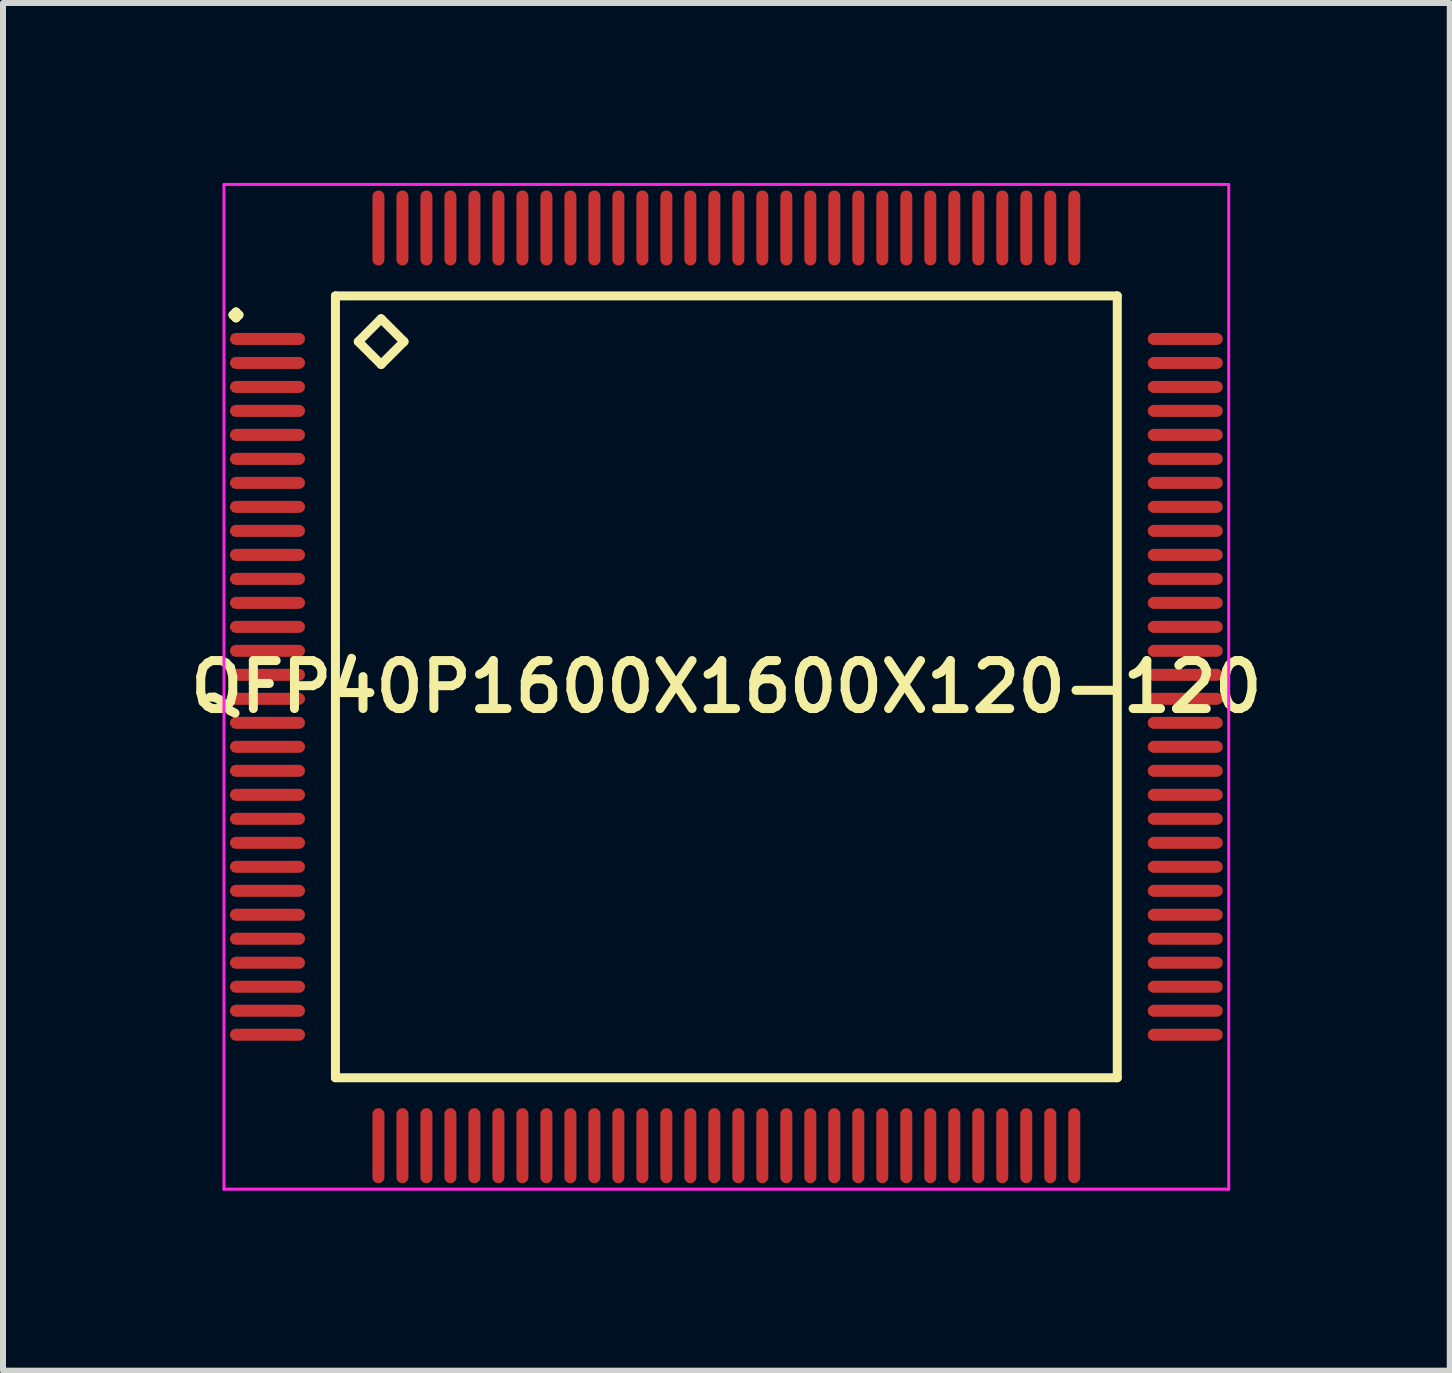
<source format=kicad_pcb>
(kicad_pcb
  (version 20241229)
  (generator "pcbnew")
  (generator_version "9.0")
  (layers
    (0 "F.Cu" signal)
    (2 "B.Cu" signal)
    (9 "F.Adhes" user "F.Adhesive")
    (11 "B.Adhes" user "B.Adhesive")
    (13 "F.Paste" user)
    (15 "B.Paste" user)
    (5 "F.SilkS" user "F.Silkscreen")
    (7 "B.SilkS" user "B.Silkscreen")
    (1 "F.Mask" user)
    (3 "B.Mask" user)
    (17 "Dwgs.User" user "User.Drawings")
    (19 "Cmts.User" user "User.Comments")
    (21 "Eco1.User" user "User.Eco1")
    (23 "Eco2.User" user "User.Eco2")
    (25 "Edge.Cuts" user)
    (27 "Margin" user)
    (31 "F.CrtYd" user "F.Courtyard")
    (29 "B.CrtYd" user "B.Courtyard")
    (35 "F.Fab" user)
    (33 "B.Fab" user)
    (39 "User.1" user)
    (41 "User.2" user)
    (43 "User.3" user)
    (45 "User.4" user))
  (footprint "QFP40P1600X1600X120-120"
    (layer "F.Cu")
    (at 9.059 8.4)
    (property "Reference" "QFP40P1600X1600X120-120" (at 0 0 0) (layer "F.SilkS") (effects (font (size 0.8 0.8) (thickness 0.15))))
    (attr smd)
    (fp_line (start -8.225 -6.2) (end -8.175 -6.25) (stroke (width 0.15) (type solid)) (layer "F.SilkS"))
    (fp_line (start -8.175 -6.25) (end -8.125 -6.2) (stroke (width 0.15) (type solid)) (layer "F.SilkS"))
    (fp_line (start -8.175 -6.15) (end -8.225 -6.2) (stroke (width 0.15) (type solid)) (layer "F.SilkS"))
    (fp_line (start -8.125 -6.2) (end -8.175 -6.15) (stroke (width 0.15) (type solid)) (layer "F.SilkS"))
    (fp_line (start -6.517 -6.517) (end -6.517 6.517) (stroke (width 0.15) (type solid)) (layer "F.SilkS"))
    (fp_line (start -6.517 6.517) (end 6.517 6.517) (stroke (width 0.15) (type solid)) (layer "F.SilkS"))
    (fp_line (start -6.136 -5.755) (end -5.755 -6.136) (stroke (width 0.15) (type solid)) (layer "F.SilkS"))
    (fp_line (start -5.755 -6.136) (end -5.374 -5.755) (stroke (width 0.15) (type solid)) (layer "F.SilkS"))
    (fp_line (start -5.755 -5.374) (end -6.136 -5.755) (stroke (width 0.15) (type solid)) (layer "F.SilkS"))
    (fp_line (start -5.374 -5.755) (end -5.755 -5.374) (stroke (width 0.15) (type solid)) (layer "F.SilkS"))
    (fp_line (start 6.517 -6.517) (end -6.517 -6.517) (stroke (width 0.15) (type solid)) (layer "F.SilkS"))
    (fp_line (start 6.517 6.517) (end 6.517 -6.517) (stroke (width 0.15) (type solid)) (layer "F.SilkS"))
    (fp_line (start -8.375 -8.375) (end 8.375 -8.375) (stroke (width 0.05) (type solid)) (layer "F.CrtYd"))
    (fp_line (start -8.375 8.375) (end -8.375 -8.375) (stroke (width 0.05) (type solid)) (layer "F.CrtYd"))
    (fp_line (start 8.375 -8.375) (end 8.375 8.375) (stroke (width 0.05) (type solid)) (layer "F.CrtYd"))
    (fp_line (start 8.375 8.375) (end -8.375 8.375) (stroke (width 0.05) (type solid)) (layer "F.CrtYd"))
    (pad "1" smd oval (at -7.65 -5.8) (size 1.25 0.2) (layers "F.Cu" "F.Mask" "F.Paste"))
    (pad "2" smd oval (at -7.65 -5.4) (size 1.25 0.2) (layers "F.Cu" "F.Mask" "F.Paste"))
    (pad "3" smd oval (at -7.65 -5) (size 1.25 0.2) (layers "F.Cu" "F.Mask" "F.Paste"))
    (pad "4" smd oval (at -7.65 -4.6) (size 1.25 0.2) (layers "F.Cu" "F.Mask" "F.Paste"))
    (pad "5" smd oval (at -7.65 -4.2) (size 1.25 0.2) (layers "F.Cu" "F.Mask" "F.Paste"))
    (pad "6" smd oval (at -7.65 -3.8) (size 1.25 0.2) (layers "F.Cu" "F.Mask" "F.Paste"))
    (pad "7" smd oval (at -7.65 -3.4) (size 1.25 0.2) (layers "F.Cu" "F.Mask" "F.Paste"))
    (pad "8" smd oval (at -7.65 -3) (size 1.25 0.2) (layers "F.Cu" "F.Mask" "F.Paste"))
    (pad "9" smd oval (at -7.65 -2.6) (size 1.25 0.2) (layers "F.Cu" "F.Mask" "F.Paste"))
    (pad "10" smd oval (at -7.65 -2.2) (size 1.25 0.2) (layers "F.Cu" "F.Mask" "F.Paste"))
    (pad "11" smd oval (at -7.65 -1.8) (size 1.25 0.2) (layers "F.Cu" "F.Mask" "F.Paste"))
    (pad "12" smd oval (at -7.65 -1.4) (size 1.25 0.2) (layers "F.Cu" "F.Mask" "F.Paste"))
    (pad "13" smd oval (at -7.65 -1) (size 1.25 0.2) (layers "F.Cu" "F.Mask" "F.Paste"))
    (pad "14" smd oval (at -7.65 -0.6) (size 1.25 0.2) (layers "F.Cu" "F.Mask" "F.Paste"))
    (pad "15" smd oval (at -7.65 -0.2) (size 1.25 0.2) (layers "F.Cu" "F.Mask" "F.Paste"))
    (pad "16" smd oval (at -7.65 0.2) (size 1.25 0.2) (layers "F.Cu" "F.Mask" "F.Paste"))
    (pad "17" smd oval (at -7.65 0.6) (size 1.25 0.2) (layers "F.Cu" "F.Mask" "F.Paste"))
    (pad "18" smd oval (at -7.65 1) (size 1.25 0.2) (layers "F.Cu" "F.Mask" "F.Paste"))
    (pad "19" smd oval (at -7.65 1.4) (size 1.25 0.2) (layers "F.Cu" "F.Mask" "F.Paste"))
    (pad "20" smd oval (at -7.65 1.8) (size 1.25 0.2) (layers "F.Cu" "F.Mask" "F.Paste"))
    (pad "21" smd oval (at -7.65 2.2) (size 1.25 0.2) (layers "F.Cu" "F.Mask" "F.Paste"))
    (pad "22" smd oval (at -7.65 2.6) (size 1.25 0.2) (layers "F.Cu" "F.Mask" "F.Paste"))
    (pad "23" smd oval (at -7.65 3) (size 1.25 0.2) (layers "F.Cu" "F.Mask" "F.Paste"))
    (pad "24" smd oval (at -7.65 3.4) (size 1.25 0.2) (layers "F.Cu" "F.Mask" "F.Paste"))
    (pad "25" smd oval (at -7.65 3.8) (size 1.25 0.2) (layers "F.Cu" "F.Mask" "F.Paste"))
    (pad "26" smd oval (at -7.65 4.2) (size 1.25 0.2) (layers "F.Cu" "F.Mask" "F.Paste"))
    (pad "27" smd oval (at -7.65 4.6) (size 1.25 0.2) (layers "F.Cu" "F.Mask" "F.Paste"))
    (pad "28" smd oval (at -7.65 5) (size 1.25 0.2) (layers "F.Cu" "F.Mask" "F.Paste"))
    (pad "29" smd oval (at -7.65 5.4) (size 1.25 0.2) (layers "F.Cu" "F.Mask" "F.Paste"))
    (pad "30" smd oval (at -7.65 5.8) (size 1.25 0.2) (layers "F.Cu" "F.Mask" "F.Paste"))
    (pad "31" smd oval (at -5.8 7.65) (size 0.2 1.25) (layers "F.Cu" "F.Mask" "F.Paste"))
    (pad "32" smd oval (at -5.4 7.65) (size 0.2 1.25) (layers "F.Cu" "F.Mask" "F.Paste"))
    (pad "33" smd oval (at -5 7.65) (size 0.2 1.25) (layers "F.Cu" "F.Mask" "F.Paste"))
    (pad "34" smd oval (at -4.6 7.65) (size 0.2 1.25) (layers "F.Cu" "F.Mask" "F.Paste"))
    (pad "35" smd oval (at -4.2 7.65) (size 0.2 1.25) (layers "F.Cu" "F.Mask" "F.Paste"))
    (pad "36" smd oval (at -3.8 7.65) (size 0.2 1.25) (layers "F.Cu" "F.Mask" "F.Paste"))
    (pad "37" smd oval (at -3.4 7.65) (size 0.2 1.25) (layers "F.Cu" "F.Mask" "F.Paste"))
    (pad "38" smd oval (at -3 7.65) (size 0.2 1.25) (layers "F.Cu" "F.Mask" "F.Paste"))
    (pad "39" smd oval (at -2.6 7.65) (size 0.2 1.25) (layers "F.Cu" "F.Mask" "F.Paste"))
    (pad "40" smd oval (at -2.2 7.65) (size 0.2 1.25) (layers "F.Cu" "F.Mask" "F.Paste"))
    (pad "41" smd oval (at -1.8 7.65) (size 0.2 1.25) (layers "F.Cu" "F.Mask" "F.Paste"))
    (pad "42" smd oval (at -1.4 7.65) (size 0.2 1.25) (layers "F.Cu" "F.Mask" "F.Paste"))
    (pad "43" smd oval (at -1 7.65) (size 0.2 1.25) (layers "F.Cu" "F.Mask" "F.Paste"))
    (pad "44" smd oval (at -0.6 7.65) (size 0.2 1.25) (layers "F.Cu" "F.Mask" "F.Paste"))
    (pad "45" smd oval (at -0.2 7.65) (size 0.2 1.25) (layers "F.Cu" "F.Mask" "F.Paste"))
    (pad "46" smd oval (at 0.2 7.65) (size 0.2 1.25) (layers "F.Cu" "F.Mask" "F.Paste"))
    (pad "47" smd oval (at 0.6 7.65) (size 0.2 1.25) (layers "F.Cu" "F.Mask" "F.Paste"))
    (pad "48" smd oval (at 1 7.65) (size 0.2 1.25) (layers "F.Cu" "F.Mask" "F.Paste"))
    (pad "49" smd oval (at 1.4 7.65) (size 0.2 1.25) (layers "F.Cu" "F.Mask" "F.Paste"))
    (pad "50" smd oval (at 1.8 7.65) (size 0.2 1.25) (layers "F.Cu" "F.Mask" "F.Paste"))
    (pad "51" smd oval (at 2.2 7.65) (size 0.2 1.25) (layers "F.Cu" "F.Mask" "F.Paste"))
    (pad "52" smd oval (at 2.6 7.65) (size 0.2 1.25) (layers "F.Cu" "F.Mask" "F.Paste"))
    (pad "53" smd oval (at 3 7.65) (size 0.2 1.25) (layers "F.Cu" "F.Mask" "F.Paste"))
    (pad "54" smd oval (at 3.4 7.65) (size 0.2 1.25) (layers "F.Cu" "F.Mask" "F.Paste"))
    (pad "55" smd oval (at 3.8 7.65) (size 0.2 1.25) (layers "F.Cu" "F.Mask" "F.Paste"))
    (pad "56" smd oval (at 4.2 7.65) (size 0.2 1.25) (layers "F.Cu" "F.Mask" "F.Paste"))
    (pad "57" smd oval (at 4.6 7.65) (size 0.2 1.25) (layers "F.Cu" "F.Mask" "F.Paste"))
    (pad "58" smd oval (at 5 7.65) (size 0.2 1.25) (layers "F.Cu" "F.Mask" "F.Paste"))
    (pad "59" smd oval (at 5.4 7.65) (size 0.2 1.25) (layers "F.Cu" "F.Mask" "F.Paste"))
    (pad "60" smd oval (at 5.8 7.65) (size 0.2 1.25) (layers "F.Cu" "F.Mask" "F.Paste"))
    (pad "61" smd oval (at 7.65 5.8) (size 1.25 0.2) (layers "F.Cu" "F.Mask" "F.Paste"))
    (pad "62" smd oval (at 7.65 5.4) (size 1.25 0.2) (layers "F.Cu" "F.Mask" "F.Paste"))
    (pad "63" smd oval (at 7.65 5) (size 1.25 0.2) (layers "F.Cu" "F.Mask" "F.Paste"))
    (pad "64" smd oval (at 7.65 4.6) (size 1.25 0.2) (layers "F.Cu" "F.Mask" "F.Paste"))
    (pad "65" smd oval (at 7.65 4.2) (size 1.25 0.2) (layers "F.Cu" "F.Mask" "F.Paste"))
    (pad "66" smd oval (at 7.65 3.8) (size 1.25 0.2) (layers "F.Cu" "F.Mask" "F.Paste"))
    (pad "67" smd oval (at 7.65 3.4) (size 1.25 0.2) (layers "F.Cu" "F.Mask" "F.Paste"))
    (pad "68" smd oval (at 7.65 3) (size 1.25 0.2) (layers "F.Cu" "F.Mask" "F.Paste"))
    (pad "69" smd oval (at 7.65 2.6) (size 1.25 0.2) (layers "F.Cu" "F.Mask" "F.Paste"))
    (pad "70" smd oval (at 7.65 2.2) (size 1.25 0.2) (layers "F.Cu" "F.Mask" "F.Paste"))
    (pad "71" smd oval (at 7.65 1.8) (size 1.25 0.2) (layers "F.Cu" "F.Mask" "F.Paste"))
    (pad "72" smd oval (at 7.65 1.4) (size 1.25 0.2) (layers "F.Cu" "F.Mask" "F.Paste"))
    (pad "73" smd oval (at 7.65 1) (size 1.25 0.2) (layers "F.Cu" "F.Mask" "F.Paste"))
    (pad "74" smd oval (at 7.65 0.6) (size 1.25 0.2) (layers "F.Cu" "F.Mask" "F.Paste"))
    (pad "75" smd oval (at 7.65 0.2) (size 1.25 0.2) (layers "F.Cu" "F.Mask" "F.Paste"))
    (pad "76" smd oval (at 7.65 -0.2) (size 1.25 0.2) (layers "F.Cu" "F.Mask" "F.Paste"))
    (pad "77" smd oval (at 7.65 -0.6) (size 1.25 0.2) (layers "F.Cu" "F.Mask" "F.Paste"))
    (pad "78" smd oval (at 7.65 -1) (size 1.25 0.2) (layers "F.Cu" "F.Mask" "F.Paste"))
    (pad "79" smd oval (at 7.65 -1.4) (size 1.25 0.2) (layers "F.Cu" "F.Mask" "F.Paste"))
    (pad "80" smd oval (at 7.65 -1.8) (size 1.25 0.2) (layers "F.Cu" "F.Mask" "F.Paste"))
    (pad "81" smd oval (at 7.65 -2.2) (size 1.25 0.2) (layers "F.Cu" "F.Mask" "F.Paste"))
    (pad "82" smd oval (at 7.65 -2.6) (size 1.25 0.2) (layers "F.Cu" "F.Mask" "F.Paste"))
    (pad "83" smd oval (at 7.65 -3) (size 1.25 0.2) (layers "F.Cu" "F.Mask" "F.Paste"))
    (pad "84" smd oval (at 7.65 -3.4) (size 1.25 0.2) (layers "F.Cu" "F.Mask" "F.Paste"))
    (pad "85" smd oval (at 7.65 -3.8) (size 1.25 0.2) (layers "F.Cu" "F.Mask" "F.Paste"))
    (pad "86" smd oval (at 7.65 -4.2) (size 1.25 0.2) (layers "F.Cu" "F.Mask" "F.Paste"))
    (pad "87" smd oval (at 7.65 -4.6) (size 1.25 0.2) (layers "F.Cu" "F.Mask" "F.Paste"))
    (pad "88" smd oval (at 7.65 -5) (size 1.25 0.2) (layers "F.Cu" "F.Mask" "F.Paste"))
    (pad "89" smd oval (at 7.65 -5.4) (size 1.25 0.2) (layers "F.Cu" "F.Mask" "F.Paste"))
    (pad "90" smd oval (at 7.65 -5.8) (size 1.25 0.2) (layers "F.Cu" "F.Mask" "F.Paste"))
    (pad "91" smd oval (at 5.8 -7.65) (size 0.2 1.25) (layers "F.Cu" "F.Mask" "F.Paste"))
    (pad "92" smd oval (at 5.4 -7.65) (size 0.2 1.25) (layers "F.Cu" "F.Mask" "F.Paste"))
    (pad "93" smd oval (at 5 -7.65) (size 0.2 1.25) (layers "F.Cu" "F.Mask" "F.Paste"))
    (pad "94" smd oval (at 4.6 -7.65) (size 0.2 1.25) (layers "F.Cu" "F.Mask" "F.Paste"))
    (pad "95" smd oval (at 4.2 -7.65) (size 0.2 1.25) (layers "F.Cu" "F.Mask" "F.Paste"))
    (pad "96" smd oval (at 3.8 -7.65) (size 0.2 1.25) (layers "F.Cu" "F.Mask" "F.Paste"))
    (pad "97" smd oval (at 3.4 -7.65) (size 0.2 1.25) (layers "F.Cu" "F.Mask" "F.Paste"))
    (pad "98" smd oval (at 3 -7.65) (size 0.2 1.25) (layers "F.Cu" "F.Mask" "F.Paste"))
    (pad "99" smd oval (at 2.6 -7.65) (size 0.2 1.25) (layers "F.Cu" "F.Mask" "F.Paste"))
    (pad "100" smd oval (at 2.2 -7.65) (size 0.2 1.25) (layers "F.Cu" "F.Mask" "F.Paste"))
    (pad "101" smd oval (at 1.8 -7.65) (size 0.2 1.25) (layers "F.Cu" "F.Mask" "F.Paste"))
    (pad "102" smd oval (at 1.4 -7.65) (size 0.2 1.25) (layers "F.Cu" "F.Mask" "F.Paste"))
    (pad "103" smd oval (at 1 -7.65) (size 0.2 1.25) (layers "F.Cu" "F.Mask" "F.Paste"))
    (pad "104" smd oval (at 0.6 -7.65) (size 0.2 1.25) (layers "F.Cu" "F.Mask" "F.Paste"))
    (pad "105" smd oval (at 0.2 -7.65) (size 0.2 1.25) (layers "F.Cu" "F.Mask" "F.Paste"))
    (pad "106" smd oval (at -0.2 -7.65) (size 0.2 1.25) (layers "F.Cu" "F.Mask" "F.Paste"))
    (pad "107" smd oval (at -0.6 -7.65) (size 0.2 1.25) (layers "F.Cu" "F.Mask" "F.Paste"))
    (pad "108" smd oval (at -1 -7.65) (size 0.2 1.25) (layers "F.Cu" "F.Mask" "F.Paste"))
    (pad "109" smd oval (at -1.4 -7.65) (size 0.2 1.25) (layers "F.Cu" "F.Mask" "F.Paste"))
    (pad "110" smd oval (at -1.8 -7.65) (size 0.2 1.25) (layers "F.Cu" "F.Mask" "F.Paste"))
    (pad "111" smd oval (at -2.2 -7.65) (size 0.2 1.25) (layers "F.Cu" "F.Mask" "F.Paste"))
    (pad "112" smd oval (at -2.6 -7.65) (size 0.2 1.25) (layers "F.Cu" "F.Mask" "F.Paste"))
    (pad "113" smd oval (at -3 -7.65) (size 0.2 1.25) (layers "F.Cu" "F.Mask" "F.Paste"))
    (pad "114" smd oval (at -3.4 -7.65) (size 0.2 1.25) (layers "F.Cu" "F.Mask" "F.Paste"))
    (pad "115" smd oval (at -3.8 -7.65) (size 0.2 1.25) (layers "F.Cu" "F.Mask" "F.Paste"))
    (pad "116" smd oval (at -4.2 -7.65) (size 0.2 1.25) (layers "F.Cu" "F.Mask" "F.Paste"))
    (pad "117" smd oval (at -4.6 -7.65) (size 0.2 1.25) (layers "F.Cu" "F.Mask" "F.Paste"))
    (pad "118" smd oval (at -5 -7.65) (size 0.2 1.25) (layers "F.Cu" "F.Mask" "F.Paste"))
    (pad "119" smd oval (at -5.4 -7.65) (size 0.2 1.25) (layers "F.Cu" "F.Mask" "F.Paste"))
    (pad "120" smd oval (at -5.8 -7.65) (size 0.2 1.25) (layers "F.Cu" "F.Mask" "F.Paste")))
  (gr_rect
    (start -3 -3)
    (end 21.119 19.8)
    (stroke (width 0.1) (type default))
    (fill no)
    (layer "Edge.Cuts")))
</source>
